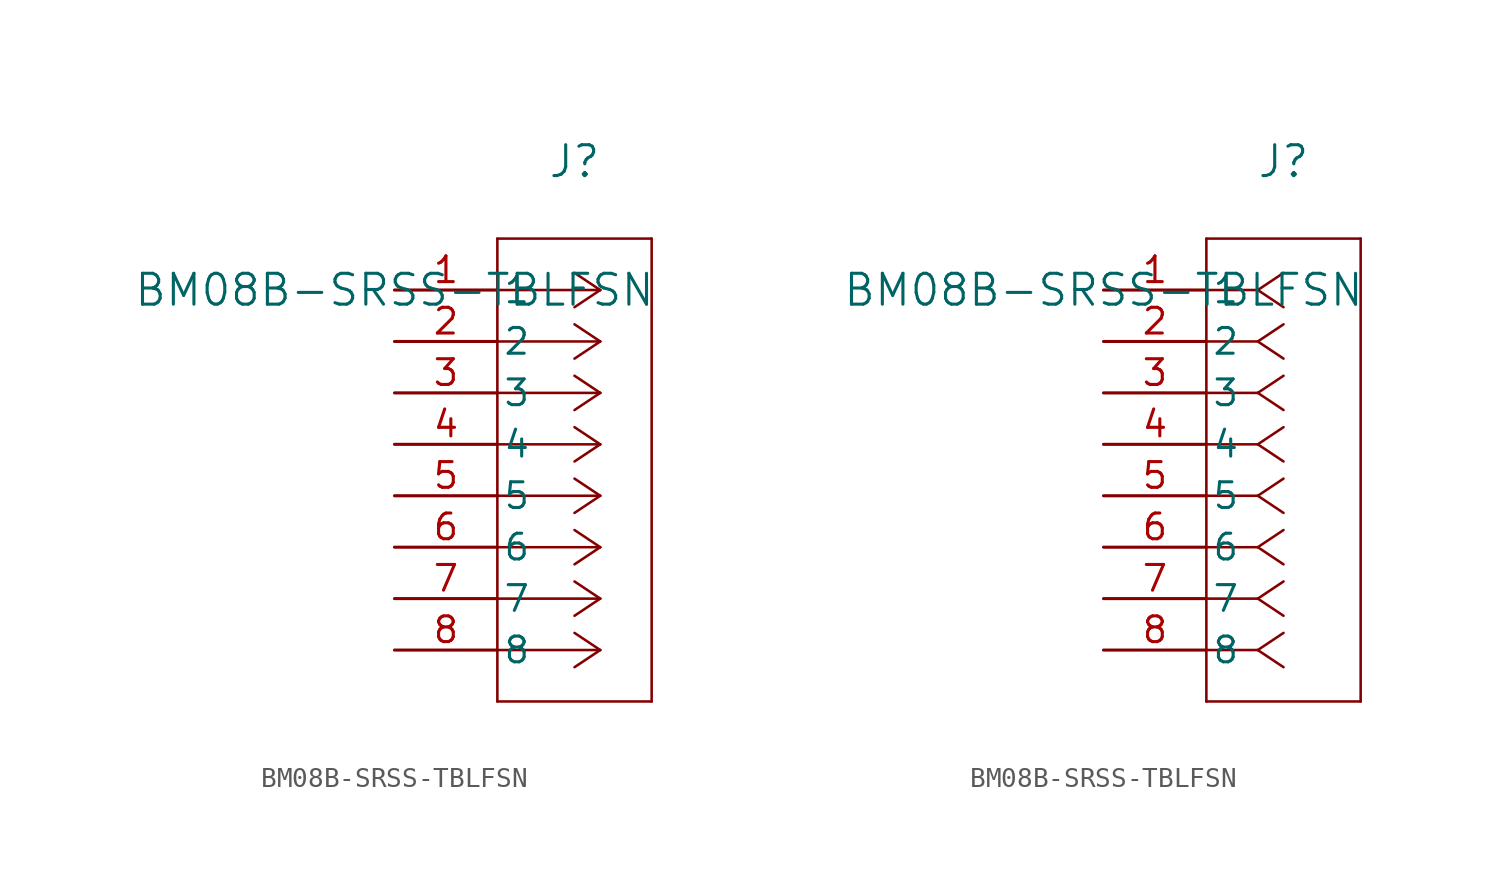
<source format=kicad_sym>
(kicad_symbol_lib
  (version 20211014)
  (generator kicad_symbol_editor)
  (symbol "BM08B-SRSS-TBLFSN"
    (pin_names
      (offset 0.254))
    (property "Reference" "J"
      (at 8.89 6.35 0)
      (effects (font (size 1.524 1.524))))
    (property "Value" "BM08B-SRSS-TBLFSN"
      (at 0 0 0)
      (effects (font (size 1.524 1.524))))
    (symbol "BM08B-SRSS-TBLFSN_1_1"
      (polyline (pts (xy 10.16 0) (xy 5.08 0)) (stroke (width 0.127) (type default) (color 0 0 0 0)) (fill (type none)))
      (polyline (pts (xy 10.16 -2.54) (xy 5.08 -2.54)) (stroke (width 0.127) (type default) (color 0 0 0 0)) (fill (type none)))
      (polyline (pts (xy 10.16 -5.08) (xy 5.08 -5.08)) (stroke (width 0.127) (type default) (color 0 0 0 0)) (fill (type none)))
      (polyline (pts (xy 10.16 -7.62) (xy 5.08 -7.62)) (stroke (width 0.127) (type default) (color 0 0 0 0)) (fill (type none)))
      (polyline (pts (xy 10.16 -10.16) (xy 5.08 -10.16)) (stroke (width 0.127) (type default) (color 0 0 0 0)) (fill (type none)))
      (polyline (pts (xy 10.16 -12.7) (xy 5.08 -12.7)) (stroke (width 0.127) (type default) (color 0 0 0 0)) (fill (type none)))
      (polyline (pts (xy 10.16 -15.24) (xy 5.08 -15.24)) (stroke (width 0.127) (type default) (color 0 0 0 0)) (fill (type none)))
      (polyline (pts (xy 10.16 -17.78) (xy 5.08 -17.78)) (stroke (width 0.127) (type default) (color 0 0 0 0)) (fill (type none)))
      (polyline (pts (xy 10.16 0) (xy 8.89 0.847)) (stroke (width 0.127) (type default) (color 0 0 0 0)) (fill (type none)))
      (polyline (pts (xy 10.16 -2.54) (xy 8.89 -1.693)) (stroke (width 0.127) (type default) (color 0 0 0 0)) (fill (type none)))
      (polyline (pts (xy 10.16 -5.08) (xy 8.89 -4.233)) (stroke (width 0.127) (type default) (color 0 0 0 0)) (fill (type none)))
      (polyline (pts (xy 10.16 -7.62) (xy 8.89 -6.773)) (stroke (width 0.127) (type default) (color 0 0 0 0)) (fill (type none)))
      (polyline (pts (xy 10.16 -10.16) (xy 8.89 -9.313)) (stroke (width 0.127) (type default) (color 0 0 0 0)) (fill (type none)))
      (polyline (pts (xy 10.16 -12.7) (xy 8.89 -11.853)) (stroke (width 0.127) (type default) (color 0 0 0 0)) (fill (type none)))
      (polyline (pts (xy 10.16 -15.24) (xy 8.89 -14.393)) (stroke (width 0.127) (type default) (color 0 0 0 0)) (fill (type none)))
      (polyline (pts (xy 10.16 -17.78) (xy 8.89 -16.933)) (stroke (width 0.127) (type default) (color 0 0 0 0)) (fill (type none)))
      (polyline (pts (xy 10.16 0) (xy 8.89 -0.847)) (stroke (width 0.127) (type default) (color 0 0 0 0)) (fill (type none)))
      (polyline (pts (xy 10.16 -2.54) (xy 8.89 -3.387)) (stroke (width 0.127) (type default) (color 0 0 0 0)) (fill (type none)))
      (polyline (pts (xy 10.16 -5.08) (xy 8.89 -5.927)) (stroke (width 0.127) (type default) (color 0 0 0 0)) (fill (type none)))
      (polyline (pts (xy 10.16 -7.62) (xy 8.89 -8.467)) (stroke (width 0.127) (type default) (color 0 0 0 0)) (fill (type none)))
      (polyline (pts (xy 10.16 -10.16) (xy 8.89 -11.007)) (stroke (width 0.127) (type default) (color 0 0 0 0)) (fill (type none)))
      (polyline (pts (xy 10.16 -12.7) (xy 8.89 -13.547)) (stroke (width 0.127) (type default) (color 0 0 0 0)) (fill (type none)))
      (polyline (pts (xy 10.16 -15.24) (xy 8.89 -16.087)) (stroke (width 0.127) (type default) (color 0 0 0 0)) (fill (type none)))
      (polyline (pts (xy 10.16 -17.78) (xy 8.89 -18.627)) (stroke (width 0.127) (type default) (color 0 0 0 0)) (fill (type none)))
      (polyline (pts (xy 5.08 2.54) (xy 5.08 -20.32)) (stroke (width 0.127) (type default) (color 0 0 0 0)) (fill (type none)))
      (polyline (pts (xy 5.08 -20.32) (xy 12.7 -20.32)) (stroke (width 0.127) (type default) (color 0 0 0 0)) (fill (type none)))
      (polyline (pts (xy 12.7 -20.32) (xy 12.7 2.54)) (stroke (width 0.127) (type default) (color 0 0 0 0)) (fill (type none)))
      (polyline (pts (xy 12.7 2.54) (xy 5.08 2.54)) (stroke (width 0.127) (type default) (color 0 0 0 0)) (fill (type none)))
      (pin unspecified line (at 0 0 0) (length 5.08) (name "1" (effects (font (size 1.27 1.27)))) (number "1" (effects (font (size 1.27 1.27)))))
      (pin unspecified line (at 0 -2.54 0) (length 5.08) (name "2" (effects (font (size 1.27 1.27)))) (number "2" (effects (font (size 1.27 1.27)))))
      (pin unspecified line (at 0 -5.08 0) (length 5.08) (name "3" (effects (font (size 1.27 1.27)))) (number "3" (effects (font (size 1.27 1.27)))))
      (pin unspecified line (at 0 -7.62 0) (length 5.08) (name "4" (effects (font (size 1.27 1.27)))) (number "4" (effects (font (size 1.27 1.27)))))
      (pin unspecified line (at 0 -10.16 0) (length 5.08) (name "5" (effects (font (size 1.27 1.27)))) (number "5" (effects (font (size 1.27 1.27)))))
      (pin unspecified line (at 0 -12.7 0) (length 5.08) (name "6" (effects (font (size 1.27 1.27)))) (number "6" (effects (font (size 1.27 1.27)))))
      (pin unspecified line (at 0 -15.24 0) (length 5.08) (name "7" (effects (font (size 1.27 1.27)))) (number "7" (effects (font (size 1.27 1.27)))))
      (pin unspecified line (at 0 -17.78 0) (length 5.08) (name "8" (effects (font (size 1.27 1.27)))) (number "8" (effects (font (size 1.27 1.27))))))
    (symbol "BM08B-SRSS-TBLFSN_1_2"
      (polyline (pts (xy 7.62 0) (xy 5.08 0)) (stroke (width 0.127) (type default) (color 0 0 0 0)) (fill (type none)))
      (polyline (pts (xy 7.62 -2.54) (xy 5.08 -2.54)) (stroke (width 0.127) (type default) (color 0 0 0 0)) (fill (type none)))
      (polyline (pts (xy 7.62 -5.08) (xy 5.08 -5.08)) (stroke (width 0.127) (type default) (color 0 0 0 0)) (fill (type none)))
      (polyline (pts (xy 7.62 -7.62) (xy 5.08 -7.62)) (stroke (width 0.127) (type default) (color 0 0 0 0)) (fill (type none)))
      (polyline (pts (xy 7.62 -10.16) (xy 5.08 -10.16)) (stroke (width 0.127) (type default) (color 0 0 0 0)) (fill (type none)))
      (polyline (pts (xy 7.62 -12.7) (xy 5.08 -12.7)) (stroke (width 0.127) (type default) (color 0 0 0 0)) (fill (type none)))
      (polyline (pts (xy 7.62 -15.24) (xy 5.08 -15.24)) (stroke (width 0.127) (type default) (color 0 0 0 0)) (fill (type none)))
      (polyline (pts (xy 7.62 -17.78) (xy 5.08 -17.78)) (stroke (width 0.127) (type default) (color 0 0 0 0)) (fill (type none)))
      (polyline (pts (xy 7.62 0) (xy 8.89 0.847)) (stroke (width 0.127) (type default) (color 0 0 0 0)) (fill (type none)))
      (polyline (pts (xy 7.62 -2.54) (xy 8.89 -1.693)) (stroke (width 0.127) (type default) (color 0 0 0 0)) (fill (type none)))
      (polyline (pts (xy 7.62 -5.08) (xy 8.89 -4.233)) (stroke (width 0.127) (type default) (color 0 0 0 0)) (fill (type none)))
      (polyline (pts (xy 7.62 -7.62) (xy 8.89 -6.773)) (stroke (width 0.127) (type default) (color 0 0 0 0)) (fill (type none)))
      (polyline (pts (xy 7.62 -10.16) (xy 8.89 -9.313)) (stroke (width 0.127) (type default) (color 0 0 0 0)) (fill (type none)))
      (polyline (pts (xy 7.62 -12.7) (xy 8.89 -11.853)) (stroke (width 0.127) (type default) (color 0 0 0 0)) (fill (type none)))
      (polyline (pts (xy 7.62 -15.24) (xy 8.89 -14.393)) (stroke (width 0.127) (type default) (color 0 0 0 0)) (fill (type none)))
      (polyline (pts (xy 7.62 -17.78) (xy 8.89 -16.933)) (stroke (width 0.127) (type default) (color 0 0 0 0)) (fill (type none)))
      (polyline (pts (xy 7.62 0) (xy 8.89 -0.847)) (stroke (width 0.127) (type default) (color 0 0 0 0)) (fill (type none)))
      (polyline (pts (xy 7.62 -2.54) (xy 8.89 -3.387)) (stroke (width 0.127) (type default) (color 0 0 0 0)) (fill (type none)))
      (polyline (pts (xy 7.62 -5.08) (xy 8.89 -5.927)) (stroke (width 0.127) (type default) (color 0 0 0 0)) (fill (type none)))
      (polyline (pts (xy 7.62 -7.62) (xy 8.89 -8.467)) (stroke (width 0.127) (type default) (color 0 0 0 0)) (fill (type none)))
      (polyline (pts (xy 7.62 -10.16) (xy 8.89 -11.007)) (stroke (width 0.127) (type default) (color 0 0 0 0)) (fill (type none)))
      (polyline (pts (xy 7.62 -12.7) (xy 8.89 -13.547)) (stroke (width 0.127) (type default) (color 0 0 0 0)) (fill (type none)))
      (polyline (pts (xy 7.62 -15.24) (xy 8.89 -16.087)) (stroke (width 0.127) (type default) (color 0 0 0 0)) (fill (type none)))
      (polyline (pts (xy 7.62 -17.78) (xy 8.89 -18.627)) (stroke (width 0.127) (type default) (color 0 0 0 0)) (fill (type none)))
      (polyline (pts (xy 5.08 2.54) (xy 5.08 -20.32)) (stroke (width 0.127) (type default) (color 0 0 0 0)) (fill (type none)))
      (polyline (pts (xy 5.08 -20.32) (xy 12.7 -20.32)) (stroke (width 0.127) (type default) (color 0 0 0 0)) (fill (type none)))
      (polyline (pts (xy 12.7 -20.32) (xy 12.7 2.54)) (stroke (width 0.127) (type default) (color 0 0 0 0)) (fill (type none)))
      (polyline (pts (xy 12.7 2.54) (xy 5.08 2.54)) (stroke (width 0.127) (type default) (color 0 0 0 0)) (fill (type none)))
      (pin unspecified line (at 0 0 0) (length 5.08) (name "1" (effects (font (size 1.27 1.27)))) (number "1" (effects (font (size 1.27 1.27)))))
      (pin unspecified line (at 0 -2.54 0) (length 5.08) (name "2" (effects (font (size 1.27 1.27)))) (number "2" (effects (font (size 1.27 1.27)))))
      (pin unspecified line (at 0 -5.08 0) (length 5.08) (name "3" (effects (font (size 1.27 1.27)))) (number "3" (effects (font (size 1.27 1.27)))))
      (pin unspecified line (at 0 -7.62 0) (length 5.08) (name "4" (effects (font (size 1.27 1.27)))) (number "4" (effects (font (size 1.27 1.27)))))
      (pin unspecified line (at 0 -10.16 0) (length 5.08) (name "5" (effects (font (size 1.27 1.27)))) (number "5" (effects (font (size 1.27 1.27)))))
      (pin unspecified line (at 0 -12.7 0) (length 5.08) (name "6" (effects (font (size 1.27 1.27)))) (number "6" (effects (font (size 1.27 1.27)))))
      (pin unspecified line (at 0 -15.24 0) (length 5.08) (name "7" (effects (font (size 1.27 1.27)))) (number "7" (effects (font (size 1.27 1.27)))))
      (pin unspecified line (at 0 -17.78 0) (length 5.08) (name "8" (effects (font (size 1.27 1.27)))) (number "8" (effects (font (size 1.27 1.27))))))))
</source>
